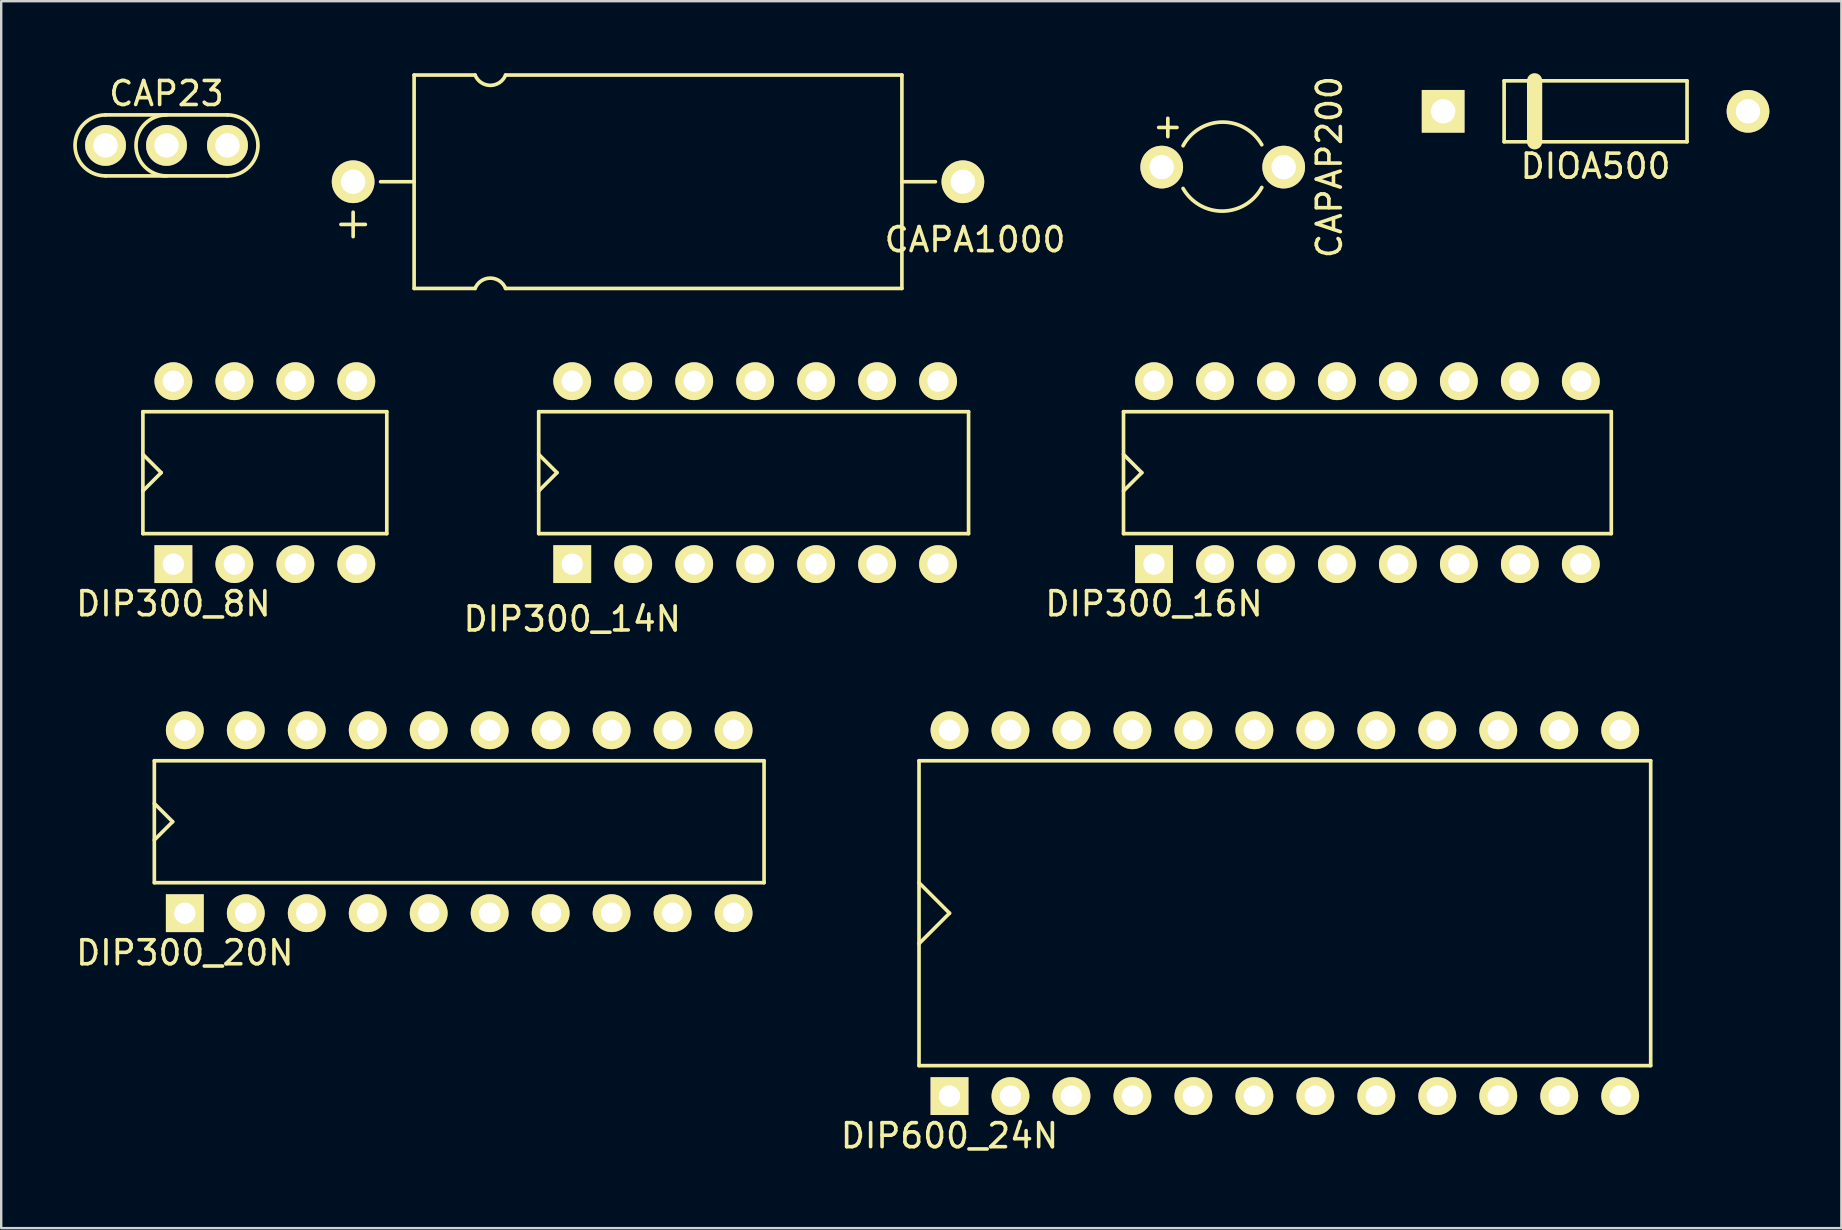
<source format=kicad_pcb>
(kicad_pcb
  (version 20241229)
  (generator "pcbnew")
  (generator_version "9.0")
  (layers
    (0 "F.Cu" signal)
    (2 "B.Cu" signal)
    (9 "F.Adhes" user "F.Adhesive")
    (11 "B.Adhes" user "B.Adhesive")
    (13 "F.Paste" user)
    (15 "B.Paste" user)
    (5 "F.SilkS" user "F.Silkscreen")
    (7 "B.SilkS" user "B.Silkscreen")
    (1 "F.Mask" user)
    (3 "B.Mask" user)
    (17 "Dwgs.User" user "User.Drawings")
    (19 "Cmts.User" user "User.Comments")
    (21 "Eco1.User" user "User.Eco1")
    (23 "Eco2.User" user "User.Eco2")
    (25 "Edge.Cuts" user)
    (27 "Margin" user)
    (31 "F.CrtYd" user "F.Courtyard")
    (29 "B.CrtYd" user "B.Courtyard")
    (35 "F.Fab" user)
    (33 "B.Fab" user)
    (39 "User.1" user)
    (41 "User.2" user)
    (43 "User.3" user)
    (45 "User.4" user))
  (footprint "DIP600_24N"
    (layer "F.Cu")
    (at 36.504 42.611)
    (property "Reference" "DIP600_24N" (at 0 1.651 0) (layer "F.SilkS") (effects (font (size 1 1) (thickness 0.15))))
    (attr through_hole)
    (fp_line (start -1.27 -13.97) (end 29.21 -13.97) (stroke (width 0.152) (type solid)) (layer "F.SilkS"))
    (fp_line (start -1.27 -8.89) (end 0 -7.62) (stroke (width 0.152) (type solid)) (layer "F.SilkS"))
    (fp_line (start -1.27 -1.27) (end -1.27 -13.97) (stroke (width 0.152) (type solid)) (layer "F.SilkS"))
    (fp_line (start 0 -7.62) (end -1.27 -6.35) (stroke (width 0.152) (type solid)) (layer "F.SilkS"))
    (fp_line (start 29.21 -13.97) (end 29.21 -1.27) (stroke (width 0.152) (type solid)) (layer "F.SilkS"))
    (fp_line (start 29.21 -1.27) (end -1.27 -1.27) (stroke (width 0.152) (type solid)) (layer "F.SilkS"))
    (pad "1" thru_hole rect (at 0 0) (size 1.575 1.575) (drill 0.889) (layers "*.Cu" "*.Mask" "F.SilkS"))
    (pad "2" thru_hole circle (at 2.54 0) (size 1.575 1.575) (drill 0.889) (layers "*.Cu" "*.Mask" "F.SilkS"))
    (pad "3" thru_hole circle (at 5.08 0) (size 1.575 1.575) (drill 0.889) (layers "*.Cu" "*.Mask" "F.SilkS"))
    (pad "4" thru_hole circle (at 7.62 0) (size 1.575 1.575) (drill 0.889) (layers "*.Cu" "*.Mask" "F.SilkS"))
    (pad "5" thru_hole circle (at 10.16 0) (size 1.575 1.575) (drill 0.889) (layers "*.Cu" "*.Mask" "F.SilkS"))
    (pad "6" thru_hole circle (at 12.7 0) (size 1.575 1.575) (drill 0.889) (layers "*.Cu" "*.Mask" "F.SilkS"))
    (pad "7" thru_hole circle (at 15.24 0) (size 1.575 1.575) (drill 0.889) (layers "*.Cu" "*.Mask" "F.SilkS"))
    (pad "8" thru_hole circle (at 17.78 0) (size 1.575 1.575) (drill 0.889) (layers "*.Cu" "*.Mask" "F.SilkS"))
    (pad "9" thru_hole circle (at 20.32 0) (size 1.575 1.575) (drill 0.889) (layers "*.Cu" "*.Mask" "F.SilkS"))
    (pad "10" thru_hole circle (at 22.86 0) (size 1.575 1.575) (drill 0.889) (layers "*.Cu" "*.Mask" "F.SilkS"))
    (pad "11" thru_hole circle (at 25.4 0) (size 1.575 1.575) (drill 0.889) (layers "*.Cu" "*.Mask" "F.SilkS"))
    (pad "12" thru_hole circle (at 27.94 0) (size 1.575 1.575) (drill 0.889) (layers "*.Cu" "*.Mask" "F.SilkS"))
    (pad "13" thru_hole circle (at 27.94 -15.24) (size 1.575 1.575) (drill 0.889) (layers "*.Cu" "*.Mask" "F.SilkS"))
    (pad "14" thru_hole circle (at 25.4 -15.24) (size 1.575 1.575) (drill 0.889) (layers "*.Cu" "*.Mask" "F.SilkS"))
    (pad "15" thru_hole circle (at 22.86 -15.24) (size 1.575 1.575) (drill 0.889) (layers "*.Cu" "*.Mask" "F.SilkS"))
    (pad "16" thru_hole circle (at 20.32 -15.24) (size 1.575 1.575) (drill 0.889) (layers "*.Cu" "*.Mask" "F.SilkS"))
    (pad "17" thru_hole circle (at 17.78 -15.24) (size 1.575 1.575) (drill 0.889) (layers "*.Cu" "*.Mask" "F.SilkS"))
    (pad "18" thru_hole circle (at 15.24 -15.24) (size 1.575 1.575) (drill 0.889) (layers "*.Cu" "*.Mask" "F.SilkS"))
    (pad "19" thru_hole circle (at 12.7 -15.24) (size 1.575 1.575) (drill 0.889) (layers "*.Cu" "*.Mask" "F.SilkS"))
    (pad "20" thru_hole circle (at 10.16 -15.24) (size 1.575 1.575) (drill 0.889) (layers "*.Cu" "*.Mask" "F.SilkS"))
    (pad "21" thru_hole circle (at 7.62 -15.24) (size 1.575 1.575) (drill 0.889) (layers "*.Cu" "*.Mask" "F.SilkS"))
    (pad "22" thru_hole circle (at 5.08 -15.24) (size 1.575 1.575) (drill 0.889) (layers "*.Cu" "*.Mask" "F.SilkS"))
    (pad "23" thru_hole circle (at 2.54 -15.24) (size 1.575 1.575) (drill 0.889) (layers "*.Cu" "*.Mask" "F.SilkS"))
    (pad "24" thru_hole circle (at 0 -15.24) (size 1.575 1.575) (drill 0.889) (layers "*.Cu" "*.Mask" "F.SilkS")))
  (footprint "DIP300_16N"
    (layer "F.Cu")
    (at 45.023 20.45)
    (property "Reference" "DIP300_16N" (at 0 1.651 0) (layer "F.SilkS") (effects (font (size 1 1) (thickness 0.15))))
    (attr through_hole)
    (fp_line (start -1.27 -6.35) (end 19.05 -6.35) (stroke (width 0.152) (type solid)) (layer "F.SilkS"))
    (fp_line (start -1.27 -4.572) (end -0.508 -3.81) (stroke (width 0.152) (type solid)) (layer "F.SilkS"))
    (fp_line (start -1.27 -1.27) (end -1.27 -6.35) (stroke (width 0.152) (type solid)) (layer "F.SilkS"))
    (fp_line (start -0.508 -3.81) (end -1.27 -3.048) (stroke (width 0.152) (type solid)) (layer "F.SilkS"))
    (fp_line (start 19.05 -6.35) (end 19.05 -1.27) (stroke (width 0.152) (type solid)) (layer "F.SilkS"))
    (fp_line (start 19.05 -1.27) (end -1.27 -1.27) (stroke (width 0.152) (type solid)) (layer "F.SilkS"))
    (pad "1" thru_hole rect (at 0 0) (size 1.575 1.575) (drill 0.889) (layers "*.Cu" "*.Mask" "F.SilkS"))
    (pad "2" thru_hole circle (at 2.54 0) (size 1.575 1.575) (drill 0.889) (layers "*.Cu" "*.Mask" "F.SilkS"))
    (pad "3" thru_hole circle (at 5.08 0) (size 1.575 1.575) (drill 0.889) (layers "*.Cu" "*.Mask" "F.SilkS"))
    (pad "4" thru_hole circle (at 7.62 0) (size 1.575 1.575) (drill 0.889) (layers "*.Cu" "*.Mask" "F.SilkS"))
    (pad "5" thru_hole circle (at 10.16 0) (size 1.575 1.575) (drill 0.889) (layers "*.Cu" "*.Mask" "F.SilkS"))
    (pad "6" thru_hole circle (at 12.7 0) (size 1.575 1.575) (drill 0.889) (layers "*.Cu" "*.Mask" "F.SilkS"))
    (pad "7" thru_hole circle (at 15.24 0) (size 1.575 1.575) (drill 0.889) (layers "*.Cu" "*.Mask" "F.SilkS"))
    (pad "8" thru_hole circle (at 17.78 0) (size 1.575 1.575) (drill 0.889) (layers "*.Cu" "*.Mask" "F.SilkS"))
    (pad "9" thru_hole circle (at 17.78 -7.62) (size 1.575 1.575) (drill 0.889) (layers "*.Cu" "*.Mask" "F.SilkS"))
    (pad "10" thru_hole circle (at 15.24 -7.62) (size 1.575 1.575) (drill 0.889) (layers "*.Cu" "*.Mask" "F.SilkS"))
    (pad "11" thru_hole circle (at 12.7 -7.62) (size 1.575 1.575) (drill 0.889) (layers "*.Cu" "*.Mask" "F.SilkS"))
    (pad "12" thru_hole circle (at 10.16 -7.62) (size 1.575 1.575) (drill 0.889) (layers "*.Cu" "*.Mask" "F.SilkS"))
    (pad "13" thru_hole circle (at 7.62 -7.62) (size 1.575 1.575) (drill 0.889) (layers "*.Cu" "*.Mask" "F.SilkS"))
    (pad "14" thru_hole circle (at 5.08 -7.62) (size 1.575 1.575) (drill 0.889) (layers "*.Cu" "*.Mask" "F.SilkS"))
    (pad "15" thru_hole circle (at 2.54 -7.62) (size 1.575 1.575) (drill 0.889) (layers "*.Cu" "*.Mask" "F.SilkS"))
    (pad "16" thru_hole circle (at 0 -7.62) (size 1.575 1.575) (drill 0.889) (layers "*.Cu" "*.Mask" "F.SilkS")))
  (footprint "DIP300_14N"
    (layer "F.Cu")
    (at 20.788 20.45)
    (property "Reference" "DIP300_14N" (at 0 2.286 0) (layer "F.SilkS") (effects (font (size 1 1) (thickness 0.15))))
    (attr through_hole)
    (fp_line (start -1.397 -6.35) (end 16.51 -6.35) (stroke (width 0.152) (type solid)) (layer "F.SilkS"))
    (fp_line (start -1.397 -4.572) (end -0.635 -3.81) (stroke (width 0.152) (type solid)) (layer "F.SilkS"))
    (fp_line (start -1.397 -1.27) (end -1.397 -6.35) (stroke (width 0.152) (type solid)) (layer "F.SilkS"))
    (fp_line (start -0.635 -3.81) (end -1.397 -3.048) (stroke (width 0.152) (type solid)) (layer "F.SilkS"))
    (fp_line (start 16.51 -6.35) (end 16.51 -1.27) (stroke (width 0.152) (type solid)) (layer "F.SilkS"))
    (fp_line (start 16.51 -1.27) (end -1.397 -1.27) (stroke (width 0.152) (type solid)) (layer "F.SilkS"))
    (pad "1" thru_hole rect (at 0 0) (size 1.575 1.575) (drill 0.889) (layers "*.Cu" "*.Mask" "F.SilkS"))
    (pad "2" thru_hole circle (at 2.54 0) (size 1.575 1.575) (drill 0.889) (layers "*.Cu" "*.Mask" "F.SilkS"))
    (pad "3" thru_hole circle (at 5.08 0) (size 1.575 1.575) (drill 0.889) (layers "*.Cu" "*.Mask" "F.SilkS"))
    (pad "4" thru_hole circle (at 7.62 0) (size 1.575 1.575) (drill 0.889) (layers "*.Cu" "*.Mask" "F.SilkS"))
    (pad "5" thru_hole circle (at 10.16 0) (size 1.575 1.575) (drill 0.889) (layers "*.Cu" "*.Mask" "F.SilkS"))
    (pad "6" thru_hole circle (at 12.7 0) (size 1.575 1.575) (drill 0.889) (layers "*.Cu" "*.Mask" "F.SilkS"))
    (pad "7" thru_hole circle (at 15.24 0) (size 1.575 1.575) (drill 0.889) (layers "*.Cu" "*.Mask" "F.SilkS"))
    (pad "8" thru_hole circle (at 15.24 -7.62) (size 1.575 1.575) (drill 0.889) (layers "*.Cu" "*.Mask" "F.SilkS"))
    (pad "9" thru_hole circle (at 12.7 -7.62) (size 1.575 1.575) (drill 0.889) (layers "*.Cu" "*.Mask" "F.SilkS"))
    (pad "10" thru_hole circle (at 10.16 -7.62) (size 1.575 1.575) (drill 0.889) (layers "*.Cu" "*.Mask" "F.SilkS"))
    (pad "11" thru_hole circle (at 7.62 -7.62) (size 1.575 1.575) (drill 0.889) (layers "*.Cu" "*.Mask" "F.SilkS"))
    (pad "12" thru_hole circle (at 5.08 -7.62) (size 1.575 1.575) (drill 0.889) (layers "*.Cu" "*.Mask" "F.SilkS"))
    (pad "13" thru_hole circle (at 2.54 -7.62) (size 1.575 1.575) (drill 0.889) (layers "*.Cu" "*.Mask" "F.SilkS"))
    (pad "14" thru_hole circle (at 0 -7.62) (size 1.575 1.575) (drill 0.889) (layers "*.Cu" "*.Mask" "F.SilkS")))
  (footprint "CAP23"
    (layer "F.Cu")
    (at 3.886 3.007)
    (property "Reference" "CAP23" (at 0 -2.159 0) (layer "F.SilkS") (effects (font (size 1 1) (thickness 0.15))))
    (attr through_hole)
    (fp_line (start -2.54 1.27) (end 2.54 1.27) (stroke (width 0.152) (type solid)) (layer "F.SilkS"))
    (fp_line (start 2.54 -1.27) (end -2.54 -1.27) (stroke (width 0.152) (type solid)) (layer "F.SilkS"))
    (fp_arc (start -2.54 1.27) (mid -3.81 0) (end -2.54 -1.27) (stroke (width 0.1524) (type solid)) (layer "F.SilkS"))
    (fp_arc (start 0 1.27) (mid -1.27 0) (end 0 -1.27) (stroke (width 0.1524) (type solid)) (layer "F.SilkS"))
    (fp_arc (start 2.54 -1.27) (mid 3.81 0) (end 2.54 1.27) (stroke (width 0.1524) (type solid)) (layer "F.SilkS"))
    (pad "1" thru_hole circle (at 2.54 0) (size 1.702 1.702) (drill 1.016) (layers "*.Cu" "*.Mask" "F.SilkS"))
    (pad "2" thru_hole circle (at -2.54 0) (size 1.702 1.702) (drill 1.016) (layers "*.Cu" "*.Mask" "F.SilkS"))
    (pad "2" thru_hole circle (at 0 0) (size 1.702 1.702) (drill 1.016) (layers "*.Cu" "*.Mask" "F.SilkS")))
  (footprint "DIP300_20N"
    (layer "F.Cu")
    (at 4.649 34.991)
    (property "Reference" "DIP300_20N" (at 0 1.651 0) (layer "F.SilkS") (effects (font (size 1 1) (thickness 0.15))))
    (attr through_hole)
    (fp_line (start -1.27 -6.35) (end 24.13 -6.35) (stroke (width 0.152) (type solid)) (layer "F.SilkS"))
    (fp_line (start -1.27 -4.572) (end -0.508 -3.81) (stroke (width 0.152) (type solid)) (layer "F.SilkS"))
    (fp_line (start -1.27 -1.27) (end -1.27 -6.35) (stroke (width 0.152) (type solid)) (layer "F.SilkS"))
    (fp_line (start -0.508 -3.81) (end -1.27 -3.048) (stroke (width 0.152) (type solid)) (layer "F.SilkS"))
    (fp_line (start 24.13 -6.35) (end 24.13 -1.27) (stroke (width 0.152) (type solid)) (layer "F.SilkS"))
    (fp_line (start 24.13 -1.27) (end -1.27 -1.27) (stroke (width 0.152) (type solid)) (layer "F.SilkS"))
    (pad "1" thru_hole rect (at 0 0) (size 1.575 1.575) (drill 0.889) (layers "*.Cu" "*.Mask" "F.SilkS"))
    (pad "2" thru_hole circle (at 2.54 0) (size 1.575 1.575) (drill 0.889) (layers "*.Cu" "*.Mask" "F.SilkS"))
    (pad "3" thru_hole circle (at 5.08 0) (size 1.575 1.575) (drill 0.889) (layers "*.Cu" "*.Mask" "F.SilkS"))
    (pad "4" thru_hole circle (at 7.62 0) (size 1.575 1.575) (drill 0.889) (layers "*.Cu" "*.Mask" "F.SilkS"))
    (pad "5" thru_hole circle (at 10.16 0) (size 1.575 1.575) (drill 0.889) (layers "*.Cu" "*.Mask" "F.SilkS"))
    (pad "6" thru_hole circle (at 12.7 0) (size 1.575 1.575) (drill 0.889) (layers "*.Cu" "*.Mask" "F.SilkS"))
    (pad "7" thru_hole circle (at 15.24 0) (size 1.575 1.575) (drill 0.889) (layers "*.Cu" "*.Mask" "F.SilkS"))
    (pad "8" thru_hole circle (at 17.78 0) (size 1.575 1.575) (drill 0.889) (layers "*.Cu" "*.Mask" "F.SilkS"))
    (pad "9" thru_hole circle (at 20.32 0) (size 1.575 1.575) (drill 0.889) (layers "*.Cu" "*.Mask" "F.SilkS"))
    (pad "10" thru_hole circle (at 22.86 0) (size 1.575 1.575) (drill 0.889) (layers "*.Cu" "*.Mask" "F.SilkS"))
    (pad "11" thru_hole circle (at 22.86 -7.62) (size 1.575 1.575) (drill 0.889) (layers "*.Cu" "*.Mask" "F.SilkS"))
    (pad "12" thru_hole circle (at 20.32 -7.62) (size 1.575 1.575) (drill 0.889) (layers "*.Cu" "*.Mask" "F.SilkS"))
    (pad "13" thru_hole circle (at 17.78 -7.62) (size 1.575 1.575) (drill 0.889) (layers "*.Cu" "*.Mask" "F.SilkS"))
    (pad "14" thru_hole circle (at 15.24 -7.62) (size 1.575 1.575) (drill 0.889) (layers "*.Cu" "*.Mask" "F.SilkS"))
    (pad "15" thru_hole circle (at 12.7 -7.62) (size 1.575 1.575) (drill 0.889) (layers "*.Cu" "*.Mask" "F.SilkS"))
    (pad "16" thru_hole circle (at 10.16 -7.62) (size 1.575 1.575) (drill 0.889) (layers "*.Cu" "*.Mask" "F.SilkS"))
    (pad "17" thru_hole circle (at 7.62 -7.62) (size 1.575 1.575) (drill 0.889) (layers "*.Cu" "*.Mask" "F.SilkS"))
    (pad "18" thru_hole circle (at 5.08 -7.62) (size 1.575 1.575) (drill 0.889) (layers "*.Cu" "*.Mask" "F.SilkS"))
    (pad "19" thru_hole circle (at 2.54 -7.62) (size 1.575 1.575) (drill 0.889) (layers "*.Cu" "*.Mask" "F.SilkS"))
    (pad "20" thru_hole circle (at 0 -7.62) (size 1.575 1.575) (drill 0.889) (layers "*.Cu" "*.Mask" "F.SilkS")))
  (footprint "CAPA1000"
    (layer "F.Cu")
    (at 11.661 4.521)
    (property "Reference" "CAPA1000" (at 25.908 2.413 0) (layer "F.SilkS") (effects (font (size 1 1) (thickness 0.15))))
    (attr through_hole)
    (fp_line (start -0.508 1.778) (end 0.508 1.778) (stroke (width 0.152) (type solid)) (layer "F.SilkS"))
    (fp_line (start 0 1.27) (end 0 2.286) (stroke (width 0.152) (type solid)) (layer "F.SilkS"))
    (fp_line (start 2.54 -4.445) (end 5.08 -4.445) (stroke (width 0.152) (type solid)) (layer "F.SilkS"))
    (fp_line (start 2.54 0) (end 1.143 0) (stroke (width 0.152) (type solid)) (layer "F.SilkS"))
    (fp_line (start 2.54 4.445) (end 2.54 -4.445) (stroke (width 0.152) (type solid)) (layer "F.SilkS"))
    (fp_line (start 2.54 4.445) (end 5.08 4.445) (stroke (width 0.152) (type solid)) (layer "F.SilkS"))
    (fp_line (start 6.35 -4.445) (end 22.86 -4.445) (stroke (width 0.152) (type solid)) (layer "F.SilkS"))
    (fp_line (start 6.35 4.445) (end 22.86 4.445) (stroke (width 0.152) (type solid)) (layer "F.SilkS"))
    (fp_line (start 22.86 -4.445) (end 22.86 4.445) (stroke (width 0.152) (type solid)) (layer "F.SilkS"))
    (fp_line (start 22.86 0) (end 24.257 0) (stroke (width 0.152) (type solid)) (layer "F.SilkS"))
    (fp_arc (start 5.08 4.444999) (mid 5.715 4.015083) (end 6.35 4.445) (stroke (width 0.1524) (type solid)) (layer "F.SilkS"))
    (fp_arc (start 6.35 -4.445) (mid 5.715 -4.015084) (end 5.08 -4.445001) (stroke (width 0.1524) (type solid)) (layer "F.SilkS"))
    (pad "1" thru_hole circle (at 0 0) (size 1.778 1.778) (drill 1.016) (layers "*.Cu" "*.Mask" "F.SilkS"))
    (pad "2" thru_hole circle (at 25.4 0) (size 1.778 1.778) (drill 1.016) (layers "*.Cu" "*.Mask" "F.SilkS")))
  (footprint "CAPAP200"
    (layer "F.Cu")
    (at 45.345 3.911)
    (property "Reference" "CAPAP200" (at 6.985 0 90) (layer "F.SilkS") (effects (font (size 1 1) (thickness 0.15))))
    (attr through_hole)
    (fp_line (start -0.127 -1.651) (end 0.635 -1.651) (stroke (width 0.152) (type solid)) (layer "F.SilkS"))
    (fp_line (start 0.254 -2.032) (end 0.254 -1.27) (stroke (width 0.152) (type solid)) (layer "F.SilkS"))
    (fp_arc (start 0.889 -0.889) (mid 2.51637 -1.874984) (end 4.168071 -0.930326) (stroke (width 0.1524) (type solid)) (layer "F.SilkS"))
    (fp_arc (start 4.168071 0.847674) (mid 2.540701 1.833658) (end 0.889 0.889) (stroke (width 0.1524) (type solid)) (layer "F.SilkS"))
    (pad "1" thru_hole circle (at 0 0) (size 1.778 1.778) (drill 1.016) (layers "*.Cu" "*.Mask" "F.SilkS"))
    (pad "2" thru_hole circle (at 5.08 0) (size 1.778 1.778) (drill 1.016) (layers "*.Cu" "*.Mask" "F.SilkS")))
  (footprint "DIP300_8N"
    (layer "F.Cu")
    (at 4.173 20.45)
    (property "Reference" "DIP300_8N" (at 0 1.651 0) (layer "F.SilkS") (effects (font (size 1 1) (thickness 0.15))))
    (attr through_hole)
    (fp_line (start -1.27 -6.35) (end 8.89 -6.35) (stroke (width 0.152) (type solid)) (layer "F.SilkS"))
    (fp_line (start -1.27 -4.572) (end -0.508 -3.81) (stroke (width 0.152) (type solid)) (layer "F.SilkS"))
    (fp_line (start -1.27 -1.27) (end -1.27 -6.35) (stroke (width 0.152) (type solid)) (layer "F.SilkS"))
    (fp_line (start -0.508 -3.81) (end -1.27 -3.048) (stroke (width 0.152) (type solid)) (layer "F.SilkS"))
    (fp_line (start 8.89 -6.35) (end 8.89 -1.27) (stroke (width 0.152) (type solid)) (layer "F.SilkS"))
    (fp_line (start 8.89 -1.27) (end -1.27 -1.27) (stroke (width 0.152) (type solid)) (layer "F.SilkS"))
    (pad "1" thru_hole rect (at 0 0) (size 1.575 1.575) (drill 0.889) (layers "*.Cu" "*.Mask" "F.SilkS"))
    (pad "2" thru_hole circle (at 2.54 0) (size 1.575 1.575) (drill 0.889) (layers "*.Cu" "*.Mask" "F.SilkS"))
    (pad "3" thru_hole circle (at 5.08 0) (size 1.575 1.575) (drill 0.889) (layers "*.Cu" "*.Mask" "F.SilkS"))
    (pad "4" thru_hole circle (at 7.62 0) (size 1.575 1.575) (drill 0.889) (layers "*.Cu" "*.Mask" "F.SilkS"))
    (pad "5" thru_hole circle (at 7.62 -7.62) (size 1.575 1.575) (drill 0.889) (layers "*.Cu" "*.Mask" "F.SilkS"))
    (pad "6" thru_hole circle (at 5.08 -7.62) (size 1.575 1.575) (drill 0.889) (layers "*.Cu" "*.Mask" "F.SilkS"))
    (pad "7" thru_hole circle (at 2.54 -7.62) (size 1.575 1.575) (drill 0.889) (layers "*.Cu" "*.Mask" "F.SilkS"))
    (pad "8" thru_hole circle (at 0 -7.62) (size 1.575 1.575) (drill 0.889) (layers "*.Cu" "*.Mask" "F.SilkS")))
  (footprint "DIOA500"
    (layer "F.Cu")
    (at 63.418 1.587)
    (property "Reference" "DIOA500" (at 0 2.286 0) (layer "F.SilkS") (effects (font (size 1 1) (thickness 0.15))))
    (attr through_hole)
    (fp_line (start -3.81 -1.27) (end 3.81 -1.27) (stroke (width 0.152) (type solid)) (layer "F.SilkS"))
    (fp_line (start -3.81 1.27) (end -3.81 -1.27) (stroke (width 0.152) (type solid)) (layer "F.SilkS"))
    (fp_line (start -2.54 -1.27) (end -2.54 1.27) (stroke (width 0.635) (type solid)) (layer "F.SilkS"))
    (fp_line (start 3.81 -1.27) (end 3.81 1.27) (stroke (width 0.152) (type solid)) (layer "F.SilkS"))
    (fp_line (start 3.81 1.27) (end -3.81 1.27) (stroke (width 0.152) (type solid)) (layer "F.SilkS"))
    (pad "1" thru_hole rect (at -6.35 0) (size 1.778 1.778) (drill 1.016) (layers "*.Cu" "*.Mask" "F.SilkS"))
    (pad "2" thru_hole circle (at 6.35 0) (size 1.778 1.778) (drill 1.016) (layers "*.Cu" "*.Mask" "F.SilkS")))
  (gr_rect
    (start -3 -3)
    (end 73.657 48.111)
    (stroke (width 0.1) (type default))
    (fill no)
    (layer "Edge.Cuts")))
</source>
